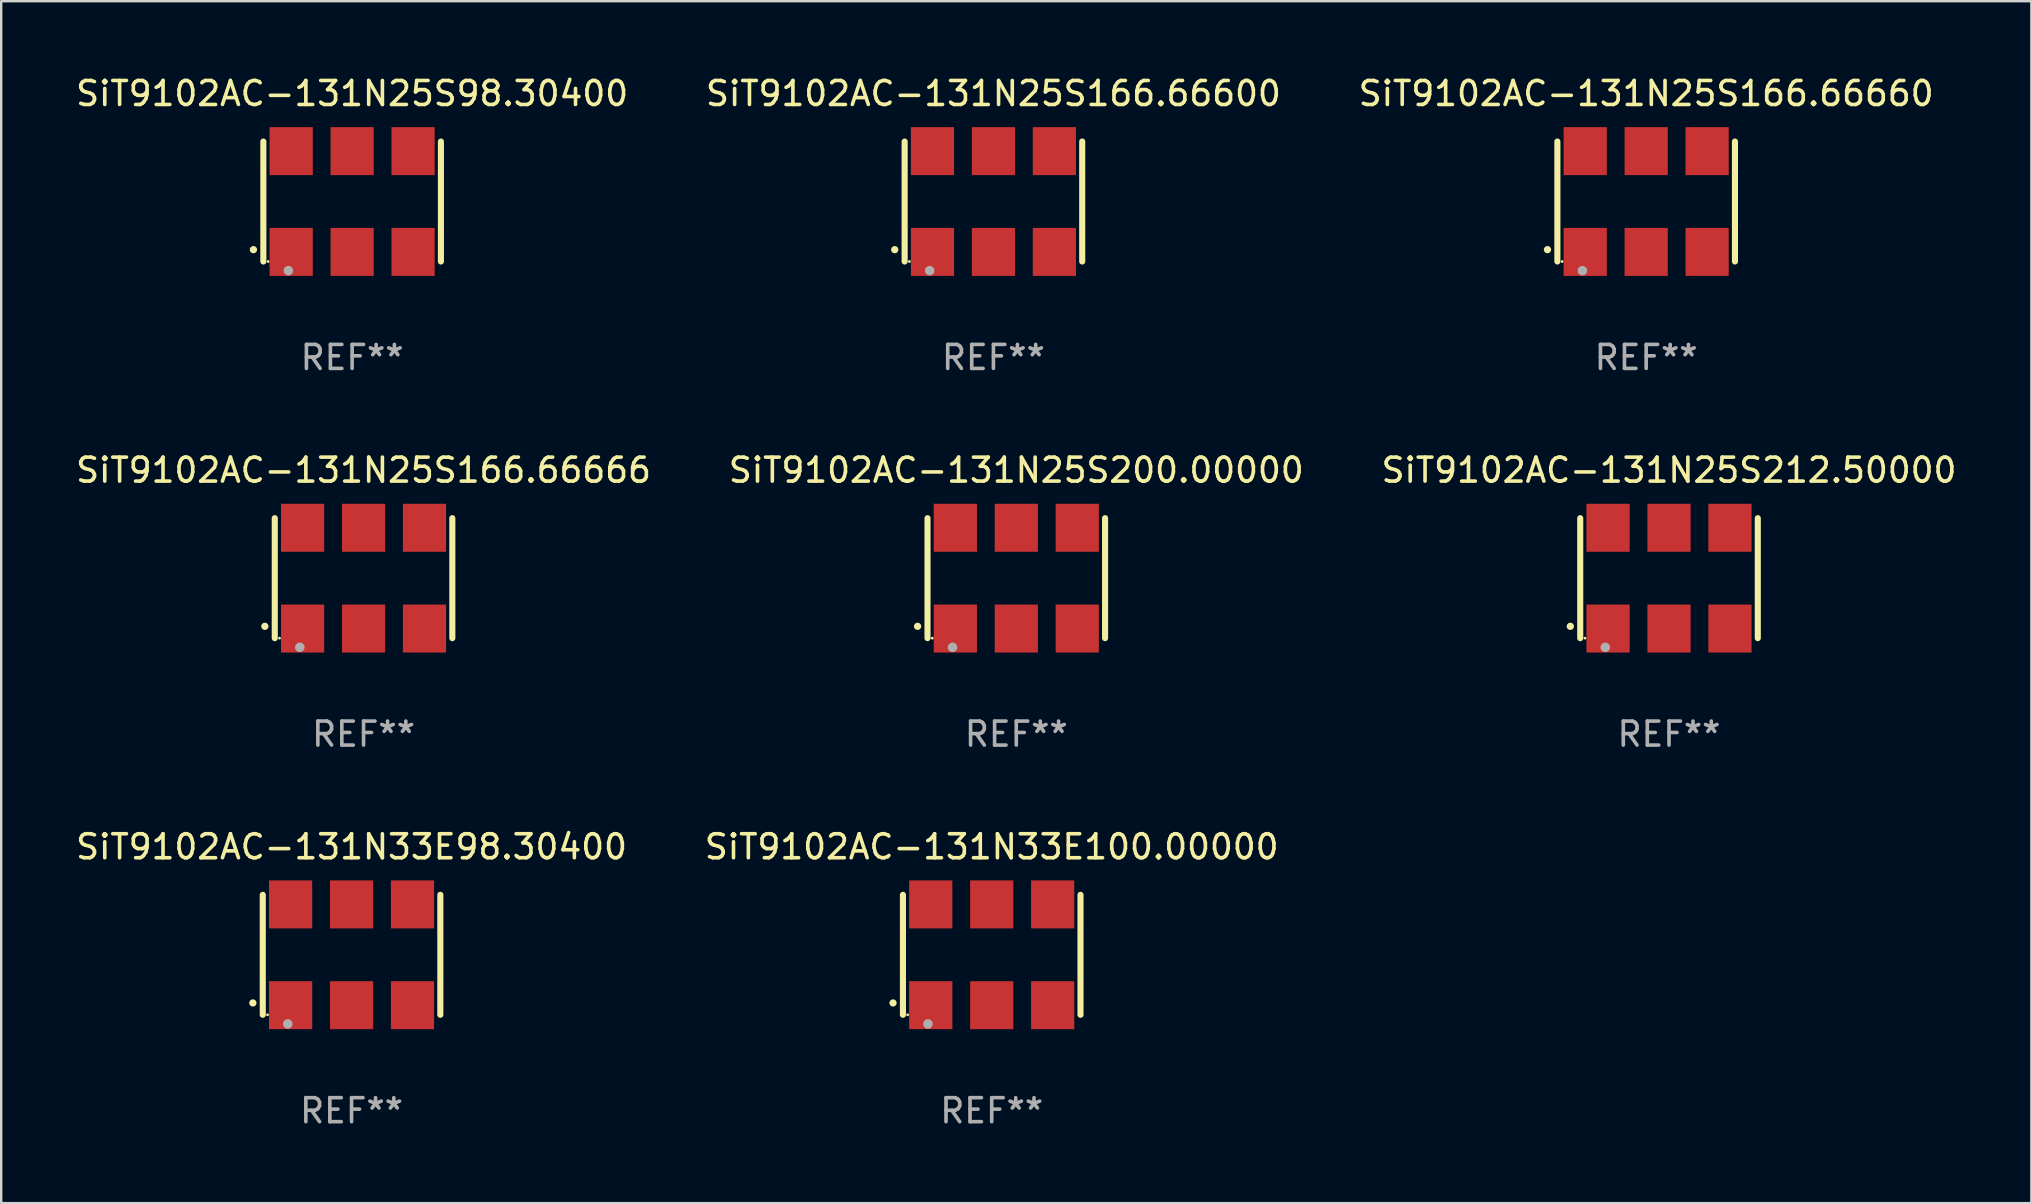
<source format=kicad_pcb>
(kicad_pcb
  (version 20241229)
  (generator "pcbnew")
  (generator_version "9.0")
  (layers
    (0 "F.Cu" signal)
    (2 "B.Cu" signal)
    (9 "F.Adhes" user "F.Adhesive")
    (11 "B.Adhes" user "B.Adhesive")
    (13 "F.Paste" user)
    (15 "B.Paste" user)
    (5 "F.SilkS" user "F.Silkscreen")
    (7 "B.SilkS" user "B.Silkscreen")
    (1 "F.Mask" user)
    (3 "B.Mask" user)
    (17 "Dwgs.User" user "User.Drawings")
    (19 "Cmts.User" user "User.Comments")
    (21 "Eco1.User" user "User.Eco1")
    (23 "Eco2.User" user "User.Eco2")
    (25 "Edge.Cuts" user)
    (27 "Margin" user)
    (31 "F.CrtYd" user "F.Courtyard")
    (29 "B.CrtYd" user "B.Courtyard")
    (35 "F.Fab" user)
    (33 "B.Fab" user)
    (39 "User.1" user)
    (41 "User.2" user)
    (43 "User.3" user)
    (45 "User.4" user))
  (footprint "SiT9102AC-131N33E100.00000"
    (layer "F.Cu")
    (at 38.28 36.741)
    (property "Reference" "SiT9102AC-131N33E100.00000" (at 0 -4.5 0) (layer "F.SilkS") (effects (font (size 1 1) (thickness 0.15))))
    (attr through_hole)
    (fp_line (start -3.7 -2.5) (end -3.7 2.5) (stroke (width 0.254) (type solid)) (layer "F.SilkS"))
    (fp_line (start 3.7 -2.5) (end 3.7 2.5) (stroke (width 0.254) (type solid)) (layer "F.SilkS"))
    (fp_arc (start -4.114415 2.006604) (mid -4.113145 2.006599) (end -4.111875 2.006604) (stroke (width 0.3) (type solid)) (layer "F.SilkS"))
    (fp_circle (center -3.502 2.5) (end -3.472 2.5) (stroke (width 0.06) (type solid)) (fill no) (layer "F.SilkS"))
    (fp_circle (center -2.657 2.882) (end -2.557 2.882) (stroke (width 0.2) (type solid)) (fill no) (layer "F.Fab"))
    (fp_text user "REF**" (at 0 6.5 0) (layer "F.Fab") (effects (font (size 1 1) (thickness 0.15))))
    (pad "1" smd rect (at -2.54 2.1) (size 1.8 2) (layers "F.Cu" "F.Mask" "F.Paste"))
    (pad "2" smd rect (at 0.000394 2.1) (size 1.8 2) (layers "F.Cu" "F.Mask" "F.Paste"))
    (pad "3" smd rect (at 2.54 2.1) (size 1.8 2) (layers "F.Cu" "F.Mask" "F.Paste"))
    (pad "4" smd rect (at 2.54 -2.1) (size 1.8 2) (layers "F.Cu" "F.Mask" "F.Paste"))
    (pad "5" smd rect (at 0.000394 -2.1) (size 1.8 2) (layers "F.Cu" "F.Mask" "F.Paste"))
    (pad "6" smd rect (at -2.54 -2.1) (size 1.8 2) (layers "F.Cu" "F.Mask" "F.Paste")))
  (footprint "SiT9102AC-131N25S166.66666"
    (layer "F.Cu")
    (at 12.101 21.045)
    (property "Reference" "SiT9102AC-131N25S166.66666" (at 0 -4.5 0) (layer "F.SilkS") (effects (font (size 1 1) (thickness 0.15))))
    (attr through_hole)
    (fp_line (start -3.7 -2.5) (end -3.7 2.5) (stroke (width 0.254) (type solid)) (layer "F.SilkS"))
    (fp_line (start 3.7 -2.5) (end 3.7 2.5) (stroke (width 0.254) (type solid)) (layer "F.SilkS"))
    (fp_arc (start -4.114415 2.006604) (mid -4.113145 2.006599) (end -4.111875 2.006604) (stroke (width 0.3) (type solid)) (layer "F.SilkS"))
    (fp_circle (center -3.502 2.5) (end -3.472 2.5) (stroke (width 0.06) (type solid)) (fill no) (layer "F.SilkS"))
    (fp_circle (center -2.657 2.882) (end -2.557 2.882) (stroke (width 0.2) (type solid)) (fill no) (layer "F.Fab"))
    (fp_text user "REF**" (at 0 6.5 0) (layer "F.Fab") (effects (font (size 1 1) (thickness 0.15))))
    (pad "1" smd rect (at -2.54 2.1) (size 1.8 2) (layers "F.Cu" "F.Mask" "F.Paste"))
    (pad "2" smd rect (at 0.000394 2.1) (size 1.8 2) (layers "F.Cu" "F.Mask" "F.Paste"))
    (pad "3" smd rect (at 2.54 2.1) (size 1.8 2) (layers "F.Cu" "F.Mask" "F.Paste"))
    (pad "4" smd rect (at 2.54 -2.1) (size 1.8 2) (layers "F.Cu" "F.Mask" "F.Paste"))
    (pad "5" smd rect (at 0.000394 -2.1) (size 1.8 2) (layers "F.Cu" "F.Mask" "F.Paste"))
    (pad "6" smd rect (at -2.54 -2.1) (size 1.8 2) (layers "F.Cu" "F.Mask" "F.Paste")))
  (footprint "SiT9102AC-131N25S166.66600"
    (layer "F.Cu")
    (at 38.351 5.348)
    (property "Reference" "SiT9102AC-131N25S166.66600" (at 0 -4.5 0) (layer "F.SilkS") (effects (font (size 1 1) (thickness 0.15))))
    (attr through_hole)
    (fp_line (start -3.7 -2.5) (end -3.7 2.5) (stroke (width 0.254) (type solid)) (layer "F.SilkS"))
    (fp_line (start 3.7 -2.5) (end 3.7 2.5) (stroke (width 0.254) (type solid)) (layer "F.SilkS"))
    (fp_arc (start -4.114415 2.006604) (mid -4.113145 2.006599) (end -4.111875 2.006604) (stroke (width 0.3) (type solid)) (layer "F.SilkS"))
    (fp_circle (center -3.502 2.5) (end -3.472 2.5) (stroke (width 0.06) (type solid)) (fill no) (layer "F.SilkS"))
    (fp_circle (center -2.657 2.882) (end -2.557 2.882) (stroke (width 0.2) (type solid)) (fill no) (layer "F.Fab"))
    (fp_text user "REF**" (at 0 6.5 0) (layer "F.Fab") (effects (font (size 1 1) (thickness 0.15))))
    (pad "1" smd rect (at -2.54 2.1) (size 1.8 2) (layers "F.Cu" "F.Mask" "F.Paste"))
    (pad "2" smd rect (at 0.000394 2.1) (size 1.8 2) (layers "F.Cu" "F.Mask" "F.Paste"))
    (pad "3" smd rect (at 2.54 2.1) (size 1.8 2) (layers "F.Cu" "F.Mask" "F.Paste"))
    (pad "4" smd rect (at 2.54 -2.1) (size 1.8 2) (layers "F.Cu" "F.Mask" "F.Paste"))
    (pad "5" smd rect (at 0.000394 -2.1) (size 1.8 2) (layers "F.Cu" "F.Mask" "F.Paste"))
    (pad "6" smd rect (at -2.54 -2.1) (size 1.8 2) (layers "F.Cu" "F.Mask" "F.Paste")))
  (footprint "SiT9102AC-131N25S200.00000"
    (layer "F.Cu")
    (at 39.304 21.045)
    (property "Reference" "SiT9102AC-131N25S200.00000" (at 0 -4.5 0) (layer "F.SilkS") (effects (font (size 1 1) (thickness 0.15))))
    (attr through_hole)
    (fp_line (start -3.7 -2.5) (end -3.7 2.5) (stroke (width 0.254) (type solid)) (layer "F.SilkS"))
    (fp_line (start 3.7 -2.5) (end 3.7 2.5) (stroke (width 0.254) (type solid)) (layer "F.SilkS"))
    (fp_arc (start -4.114415 2.006604) (mid -4.113145 2.006599) (end -4.111875 2.006604) (stroke (width 0.3) (type solid)) (layer "F.SilkS"))
    (fp_circle (center -3.502 2.5) (end -3.472 2.5) (stroke (width 0.06) (type solid)) (fill no) (layer "F.SilkS"))
    (fp_circle (center -2.657 2.882) (end -2.557 2.882) (stroke (width 0.2) (type solid)) (fill no) (layer "F.Fab"))
    (fp_text user "REF**" (at 0 6.5 0) (layer "F.Fab") (effects (font (size 1 1) (thickness 0.15))))
    (pad "1" smd rect (at -2.54 2.1) (size 1.8 2) (layers "F.Cu" "F.Mask" "F.Paste"))
    (pad "2" smd rect (at 0.000394 2.1) (size 1.8 2) (layers "F.Cu" "F.Mask" "F.Paste"))
    (pad "3" smd rect (at 2.54 2.1) (size 1.8 2) (layers "F.Cu" "F.Mask" "F.Paste"))
    (pad "4" smd rect (at 2.54 -2.1) (size 1.8 2) (layers "F.Cu" "F.Mask" "F.Paste"))
    (pad "5" smd rect (at 0.000394 -2.1) (size 1.8 2) (layers "F.Cu" "F.Mask" "F.Paste"))
    (pad "6" smd rect (at -2.54 -2.1) (size 1.8 2) (layers "F.Cu" "F.Mask" "F.Paste")))
  (footprint "SiT9102AC-131N33E98.30400"
    (layer "F.Cu")
    (at 11.601 36.741)
    (property "Reference" "SiT9102AC-131N33E98.30400" (at 0 -4.5 0) (layer "F.SilkS") (effects (font (size 1 1) (thickness 0.15))))
    (attr through_hole)
    (fp_line (start -3.7 -2.5) (end -3.7 2.5) (stroke (width 0.254) (type solid)) (layer "F.SilkS"))
    (fp_line (start 3.7 -2.5) (end 3.7 2.5) (stroke (width 0.254) (type solid)) (layer "F.SilkS"))
    (fp_arc (start -4.114415 2.006604) (mid -4.113145 2.006599) (end -4.111875 2.006604) (stroke (width 0.3) (type solid)) (layer "F.SilkS"))
    (fp_circle (center -3.502 2.5) (end -3.472 2.5) (stroke (width 0.06) (type solid)) (fill no) (layer "F.SilkS"))
    (fp_circle (center -2.657 2.882) (end -2.557 2.882) (stroke (width 0.2) (type solid)) (fill no) (layer "F.Fab"))
    (fp_text user "REF**" (at 0 6.5 0) (layer "F.Fab") (effects (font (size 1 1) (thickness 0.15))))
    (pad "1" smd rect (at -2.54 2.1) (size 1.8 2) (layers "F.Cu" "F.Mask" "F.Paste"))
    (pad "2" smd rect (at 0.000394 2.1) (size 1.8 2) (layers "F.Cu" "F.Mask" "F.Paste"))
    (pad "3" smd rect (at 2.54 2.1) (size 1.8 2) (layers "F.Cu" "F.Mask" "F.Paste"))
    (pad "4" smd rect (at 2.54 -2.1) (size 1.8 2) (layers "F.Cu" "F.Mask" "F.Paste"))
    (pad "5" smd rect (at 0.000394 -2.1) (size 1.8 2) (layers "F.Cu" "F.Mask" "F.Paste"))
    (pad "6" smd rect (at -2.54 -2.1) (size 1.8 2) (layers "F.Cu" "F.Mask" "F.Paste")))
  (footprint "SiT9102AC-131N25S166.66660"
    (layer "F.Cu")
    (at 65.554 5.348)
    (property "Reference" "SiT9102AC-131N25S166.66660" (at 0 -4.5 0) (layer "F.SilkS") (effects (font (size 1 1) (thickness 0.15))))
    (attr through_hole)
    (fp_line (start -3.7 -2.5) (end -3.7 2.5) (stroke (width 0.254) (type solid)) (layer "F.SilkS"))
    (fp_line (start 3.7 -2.5) (end 3.7 2.5) (stroke (width 0.254) (type solid)) (layer "F.SilkS"))
    (fp_arc (start -4.114415 2.006604) (mid -4.113145 2.006599) (end -4.111875 2.006604) (stroke (width 0.3) (type solid)) (layer "F.SilkS"))
    (fp_circle (center -3.502 2.5) (end -3.472 2.5) (stroke (width 0.06) (type solid)) (fill no) (layer "F.SilkS"))
    (fp_circle (center -2.657 2.882) (end -2.557 2.882) (stroke (width 0.2) (type solid)) (fill no) (layer "F.Fab"))
    (fp_text user "REF**" (at 0 6.5 0) (layer "F.Fab") (effects (font (size 1 1) (thickness 0.15))))
    (pad "1" smd rect (at -2.54 2.1) (size 1.8 2) (layers "F.Cu" "F.Mask" "F.Paste"))
    (pad "2" smd rect (at 0.000394 2.1) (size 1.8 2) (layers "F.Cu" "F.Mask" "F.Paste"))
    (pad "3" smd rect (at 2.54 2.1) (size 1.8 2) (layers "F.Cu" "F.Mask" "F.Paste"))
    (pad "4" smd rect (at 2.54 -2.1) (size 1.8 2) (layers "F.Cu" "F.Mask" "F.Paste"))
    (pad "5" smd rect (at 0.000394 -2.1) (size 1.8 2) (layers "F.Cu" "F.Mask" "F.Paste"))
    (pad "6" smd rect (at -2.54 -2.1) (size 1.8 2) (layers "F.Cu" "F.Mask" "F.Paste")))
  (footprint "SiT9102AC-131N25S98.30400"
    (layer "F.Cu")
    (at 11.625 5.348)
    (property "Reference" "SiT9102AC-131N25S98.30400" (at 0 -4.5 0) (layer "F.SilkS") (effects (font (size 1 1) (thickness 0.15))))
    (attr through_hole)
    (fp_line (start -3.7 -2.5) (end -3.7 2.5) (stroke (width 0.254) (type solid)) (layer "F.SilkS"))
    (fp_line (start 3.7 -2.5) (end 3.7 2.5) (stroke (width 0.254) (type solid)) (layer "F.SilkS"))
    (fp_arc (start -4.114415 2.006604) (mid -4.113145 2.006599) (end -4.111875 2.006604) (stroke (width 0.3) (type solid)) (layer "F.SilkS"))
    (fp_circle (center -3.502 2.5) (end -3.472 2.5) (stroke (width 0.06) (type solid)) (fill no) (layer "F.SilkS"))
    (fp_circle (center -2.657 2.882) (end -2.557 2.882) (stroke (width 0.2) (type solid)) (fill no) (layer "F.Fab"))
    (fp_text user "REF**" (at 0 6.5 0) (layer "F.Fab") (effects (font (size 1 1) (thickness 0.15))))
    (pad "1" smd rect (at -2.54 2.1) (size 1.8 2) (layers "F.Cu" "F.Mask" "F.Paste"))
    (pad "2" smd rect (at 0.000394 2.1) (size 1.8 2) (layers "F.Cu" "F.Mask" "F.Paste"))
    (pad "3" smd rect (at 2.54 2.1) (size 1.8 2) (layers "F.Cu" "F.Mask" "F.Paste"))
    (pad "4" smd rect (at 2.54 -2.1) (size 1.8 2) (layers "F.Cu" "F.Mask" "F.Paste"))
    (pad "5" smd rect (at 0.000394 -2.1) (size 1.8 2) (layers "F.Cu" "F.Mask" "F.Paste"))
    (pad "6" smd rect (at -2.54 -2.1) (size 1.8 2) (layers "F.Cu" "F.Mask" "F.Paste")))
  (footprint "SiT9102AC-131N25S212.50000"
    (layer "F.Cu")
    (at 66.506 21.045)
    (property "Reference" "SiT9102AC-131N25S212.50000" (at 0 -4.5 0) (layer "F.SilkS") (effects (font (size 1 1) (thickness 0.15))))
    (attr through_hole)
    (fp_line (start -3.7 -2.5) (end -3.7 2.5) (stroke (width 0.254) (type solid)) (layer "F.SilkS"))
    (fp_line (start 3.7 -2.5) (end 3.7 2.5) (stroke (width 0.254) (type solid)) (layer "F.SilkS"))
    (fp_arc (start -4.114415 2.006604) (mid -4.113145 2.006599) (end -4.111875 2.006604) (stroke (width 0.3) (type solid)) (layer "F.SilkS"))
    (fp_circle (center -3.502 2.5) (end -3.472 2.5) (stroke (width 0.06) (type solid)) (fill no) (layer "F.SilkS"))
    (fp_circle (center -2.657 2.882) (end -2.557 2.882) (stroke (width 0.2) (type solid)) (fill no) (layer "F.Fab"))
    (fp_text user "REF**" (at 0 6.5 0) (layer "F.Fab") (effects (font (size 1 1) (thickness 0.15))))
    (pad "1" smd rect (at -2.54 2.1) (size 1.8 2) (layers "F.Cu" "F.Mask" "F.Paste"))
    (pad "2" smd rect (at 0.000394 2.1) (size 1.8 2) (layers "F.Cu" "F.Mask" "F.Paste"))
    (pad "3" smd rect (at 2.54 2.1) (size 1.8 2) (layers "F.Cu" "F.Mask" "F.Paste"))
    (pad "4" smd rect (at 2.54 -2.1) (size 1.8 2) (layers "F.Cu" "F.Mask" "F.Paste"))
    (pad "5" smd rect (at 0.000394 -2.1) (size 1.8 2) (layers "F.Cu" "F.Mask" "F.Paste"))
    (pad "6" smd rect (at -2.54 -2.1) (size 1.8 2) (layers "F.Cu" "F.Mask" "F.Paste")))
  (gr_rect
    (start -3 -3)
    (end 81.607 47.09)
    (stroke (width 0.1) (type default))
    (fill no)
    (layer "Edge.Cuts")))
</source>
